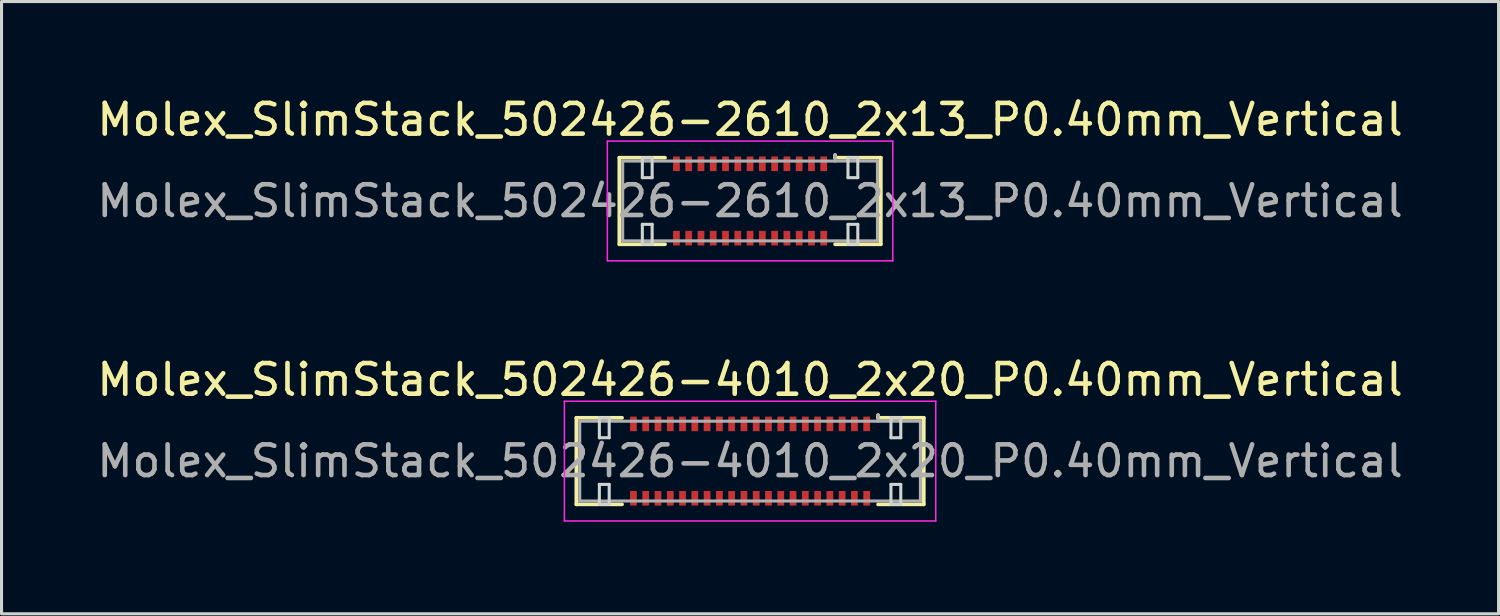
<source format=kicad_pcb>
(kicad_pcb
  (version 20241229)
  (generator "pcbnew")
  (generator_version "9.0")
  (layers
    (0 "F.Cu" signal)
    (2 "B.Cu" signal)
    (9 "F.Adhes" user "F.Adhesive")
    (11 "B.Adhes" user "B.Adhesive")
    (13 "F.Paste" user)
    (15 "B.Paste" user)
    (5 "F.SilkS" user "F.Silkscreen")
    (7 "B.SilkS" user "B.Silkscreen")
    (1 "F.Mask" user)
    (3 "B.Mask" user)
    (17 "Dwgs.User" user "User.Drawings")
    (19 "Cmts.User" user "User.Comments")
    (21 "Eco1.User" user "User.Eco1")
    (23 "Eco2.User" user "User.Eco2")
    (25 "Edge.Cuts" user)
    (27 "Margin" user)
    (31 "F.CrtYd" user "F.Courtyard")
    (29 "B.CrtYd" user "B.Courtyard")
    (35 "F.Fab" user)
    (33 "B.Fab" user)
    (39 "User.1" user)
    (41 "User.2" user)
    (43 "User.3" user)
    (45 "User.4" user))
  (footprint "Molex_SlimStack_502426-4010_2x20_P0.40mm_Vertical"
    (layer "F.Cu")
    (at 21.387 11.972)
    (property "Reference" "Molex_SlimStack_502426-4010_2x20_P0.40mm_Vertical" (at 0 -2.65 0) (layer "F.SilkS") (effects (font (size 1 1) (thickness 0.15))))
    (attr smd)
    (fp_line (start -5.66 -1.41) (end -4.17 -1.41) (stroke (width 0.12) (type solid)) (layer "F.SilkS"))
    (fp_line (start -5.66 1.41) (end -5.66 -1.41) (stroke (width 0.12) (type solid)) (layer "F.SilkS"))
    (fp_line (start -4.17 1.41) (end -5.66 1.41) (stroke (width 0.12) (type solid)) (layer "F.SilkS"))
    (fp_line (start 4.17 -1.41) (end 4.17 -1.5) (stroke (width 0.12) (type solid)) (layer "F.SilkS"))
    (fp_line (start 4.17 1.41) (end 5.66 1.41) (stroke (width 0.12) (type solid)) (layer "F.SilkS"))
    (fp_line (start 5.66 -1.41) (end 4.17 -1.41) (stroke (width 0.12) (type solid)) (layer "F.SilkS"))
    (fp_line (start 5.66 1.41) (end 5.66 -1.41) (stroke (width 0.12) (type solid)) (layer "F.SilkS"))
    (fp_line (start -4.91 -1.41) (end -4.91 -0.76) (stroke (width 0.1) (type solid)) (layer "Edge.Cuts"))
    (fp_line (start -4.91 -0.76) (end -4.59 -0.76) (stroke (width 0.1) (type solid)) (layer "Edge.Cuts"))
    (fp_line (start -4.91 0.76) (end -4.91 1.41) (stroke (width 0.1) (type solid)) (layer "Edge.Cuts"))
    (fp_line (start -4.91 1.41) (end -4.59 1.41) (stroke (width 0.1) (type solid)) (layer "Edge.Cuts"))
    (fp_line (start -4.59 -1.41) (end -4.91 -1.41) (stroke (width 0.1) (type solid)) (layer "Edge.Cuts"))
    (fp_line (start -4.59 -0.76) (end -4.59 -1.41) (stroke (width 0.1) (type solid)) (layer "Edge.Cuts"))
    (fp_line (start -4.59 0.76) (end -4.91 0.76) (stroke (width 0.1) (type solid)) (layer "Edge.Cuts"))
    (fp_line (start -4.59 1.41) (end -4.59 0.76) (stroke (width 0.1) (type solid)) (layer "Edge.Cuts"))
    (fp_line (start 4.59 -1.41) (end 4.59 -0.76) (stroke (width 0.1) (type solid)) (layer "Edge.Cuts"))
    (fp_line (start 4.59 -0.76) (end 4.91 -0.76) (stroke (width 0.1) (type solid)) (layer "Edge.Cuts"))
    (fp_line (start 4.59 0.76) (end 4.59 1.41) (stroke (width 0.1) (type solid)) (layer "Edge.Cuts"))
    (fp_line (start 4.59 1.41) (end 4.91 1.41) (stroke (width 0.1) (type solid)) (layer "Edge.Cuts"))
    (fp_line (start 4.91 -1.41) (end 4.59 -1.41) (stroke (width 0.1) (type solid)) (layer "Edge.Cuts"))
    (fp_line (start 4.91 -0.76) (end 4.91 -1.41) (stroke (width 0.1) (type solid)) (layer "Edge.Cuts"))
    (fp_line (start 4.91 0.76) (end 4.59 0.76) (stroke (width 0.1) (type solid)) (layer "Edge.Cuts"))
    (fp_line (start 4.91 1.41) (end 4.91 0.76) (stroke (width 0.1) (type solid)) (layer "Edge.Cuts"))
    (fp_line (start -6.05 -1.95) (end -6.05 1.95) (stroke (width 0.05) (type solid)) (layer "F.CrtYd"))
    (fp_line (start -6.05 1.95) (end 6.05 1.95) (stroke (width 0.05) (type solid)) (layer "F.CrtYd"))
    (fp_line (start 6.05 -1.95) (end -6.05 -1.95) (stroke (width 0.05) (type solid)) (layer "F.CrtYd"))
    (fp_line (start 6.05 1.95) (end 6.05 -1.95) (stroke (width 0.05) (type solid)) (layer "F.CrtYd"))
    (fp_line (start -5.55 -1.3) (end -5.55 1.3) (stroke (width 0.1) (type solid)) (layer "F.Fab"))
    (fp_line (start -5.55 1.3) (end 5.55 1.3) (stroke (width 0.1) (type solid)) (layer "F.Fab"))
    (fp_line (start 4.17 -1.3) (end 4.17 -1.5) (stroke (width 0.1) (type solid)) (layer "F.Fab"))
    (fp_line (start 5.55 -1.3) (end -5.55 -1.3) (stroke (width 0.1) (type solid)) (layer "F.Fab"))
    (fp_line (start 5.55 1.3) (end 5.55 -1.3) (stroke (width 0.1) (type solid)) (layer "F.Fab"))
    (fp_text user "${REFERENCE}" (at 0 0 0) (layer "F.Fab") (effects (font (size 1 1) (thickness 0.15))))
    (pad "1" smd rect (at 3.8 -1.212) (size 0.22 0.475) (layers "F.Cu" "F.Mask" "F.Paste"))
    (pad "2" smd rect (at 3.8 1.212) (size 0.22 0.475) (layers "F.Cu" "F.Mask" "F.Paste"))
    (pad "3" smd rect (at 3.4 -1.212) (size 0.22 0.475) (layers "F.Cu" "F.Mask" "F.Paste"))
    (pad "4" smd rect (at 3.4 1.212) (size 0.22 0.475) (layers "F.Cu" "F.Mask" "F.Paste"))
    (pad "5" smd rect (at 3 -1.212) (size 0.22 0.475) (layers "F.Cu" "F.Mask" "F.Paste"))
    (pad "6" smd rect (at 3 1.212) (size 0.22 0.475) (layers "F.Cu" "F.Mask" "F.Paste"))
    (pad "7" smd rect (at 2.6 -1.212) (size 0.22 0.475) (layers "F.Cu" "F.Mask" "F.Paste"))
    (pad "8" smd rect (at 2.6 1.212) (size 0.22 0.475) (layers "F.Cu" "F.Mask" "F.Paste"))
    (pad "9" smd rect (at 2.2 -1.212) (size 0.22 0.475) (layers "F.Cu" "F.Mask" "F.Paste"))
    (pad "10" smd rect (at 2.2 1.212) (size 0.22 0.475) (layers "F.Cu" "F.Mask" "F.Paste"))
    (pad "11" smd rect (at 1.8 -1.212) (size 0.22 0.475) (layers "F.Cu" "F.Mask" "F.Paste"))
    (pad "12" smd rect (at 1.8 1.212) (size 0.22 0.475) (layers "F.Cu" "F.Mask" "F.Paste"))
    (pad "13" smd rect (at 1.4 -1.212) (size 0.22 0.475) (layers "F.Cu" "F.Mask" "F.Paste"))
    (pad "14" smd rect (at 1.4 1.212) (size 0.22 0.475) (layers "F.Cu" "F.Mask" "F.Paste"))
    (pad "15" smd rect (at 1 -1.212) (size 0.22 0.475) (layers "F.Cu" "F.Mask" "F.Paste"))
    (pad "16" smd rect (at 1 1.212) (size 0.22 0.475) (layers "F.Cu" "F.Mask" "F.Paste"))
    (pad "17" smd rect (at 0.6 -1.212) (size 0.22 0.475) (layers "F.Cu" "F.Mask" "F.Paste"))
    (pad "18" smd rect (at 0.6 1.212) (size 0.22 0.475) (layers "F.Cu" "F.Mask" "F.Paste"))
    (pad "19" smd rect (at 0.2 -1.212) (size 0.22 0.475) (layers "F.Cu" "F.Mask" "F.Paste"))
    (pad "20" smd rect (at 0.2 1.212) (size 0.22 0.475) (layers "F.Cu" "F.Mask" "F.Paste"))
    (pad "21" smd rect (at -0.2 -1.212) (size 0.22 0.475) (layers "F.Cu" "F.Mask" "F.Paste"))
    (pad "22" smd rect (at -0.2 1.212) (size 0.22 0.475) (layers "F.Cu" "F.Mask" "F.Paste"))
    (pad "23" smd rect (at -0.6 -1.212) (size 0.22 0.475) (layers "F.Cu" "F.Mask" "F.Paste"))
    (pad "24" smd rect (at -0.6 1.212) (size 0.22 0.475) (layers "F.Cu" "F.Mask" "F.Paste"))
    (pad "25" smd rect (at -1 -1.212) (size 0.22 0.475) (layers "F.Cu" "F.Mask" "F.Paste"))
    (pad "26" smd rect (at -1 1.212) (size 0.22 0.475) (layers "F.Cu" "F.Mask" "F.Paste"))
    (pad "27" smd rect (at -1.4 -1.212) (size 0.22 0.475) (layers "F.Cu" "F.Mask" "F.Paste"))
    (pad "28" smd rect (at -1.4 1.212) (size 0.22 0.475) (layers "F.Cu" "F.Mask" "F.Paste"))
    (pad "29" smd rect (at -1.8 -1.212) (size 0.22 0.475) (layers "F.Cu" "F.Mask" "F.Paste"))
    (pad "30" smd rect (at -1.8 1.212) (size 0.22 0.475) (layers "F.Cu" "F.Mask" "F.Paste"))
    (pad "31" smd rect (at -2.2 -1.212) (size 0.22 0.475) (layers "F.Cu" "F.Mask" "F.Paste"))
    (pad "32" smd rect (at -2.2 1.212) (size 0.22 0.475) (layers "F.Cu" "F.Mask" "F.Paste"))
    (pad "33" smd rect (at -2.6 -1.212) (size 0.22 0.475) (layers "F.Cu" "F.Mask" "F.Paste"))
    (pad "34" smd rect (at -2.6 1.212) (size 0.22 0.475) (layers "F.Cu" "F.Mask" "F.Paste"))
    (pad "35" smd rect (at -3 -1.212) (size 0.22 0.475) (layers "F.Cu" "F.Mask" "F.Paste"))
    (pad "36" smd rect (at -3 1.212) (size 0.22 0.475) (layers "F.Cu" "F.Mask" "F.Paste"))
    (pad "37" smd rect (at -3.4 -1.212) (size 0.22 0.475) (layers "F.Cu" "F.Mask" "F.Paste"))
    (pad "38" smd rect (at -3.4 1.212) (size 0.22 0.475) (layers "F.Cu" "F.Mask" "F.Paste"))
    (pad "39" smd rect (at -3.8 -1.212) (size 0.22 0.475) (layers "F.Cu" "F.Mask" "F.Paste"))
    (pad "40" smd rect (at -3.8 1.212) (size 0.22 0.475) (layers "F.Cu" "F.Mask" "F.Paste")))
  (footprint "Molex_SlimStack_502426-2610_2x13_P0.40mm_Vertical"
    (layer "F.Cu")
    (at 21.387 3.498)
    (property "Reference" "Molex_SlimStack_502426-2610_2x13_P0.40mm_Vertical" (at 0 -2.65 0) (layer "F.SilkS") (effects (font (size 1 1) (thickness 0.15))))
    (attr smd)
    (fp_line (start -4.26 -1.41) (end -2.77 -1.41) (stroke (width 0.12) (type solid)) (layer "F.SilkS"))
    (fp_line (start -4.26 1.41) (end -4.26 -1.41) (stroke (width 0.12) (type solid)) (layer "F.SilkS"))
    (fp_line (start -2.77 1.41) (end -4.26 1.41) (stroke (width 0.12) (type solid)) (layer "F.SilkS"))
    (fp_line (start 2.77 -1.41) (end 2.77 -1.5) (stroke (width 0.12) (type solid)) (layer "F.SilkS"))
    (fp_line (start 2.77 1.41) (end 4.26 1.41) (stroke (width 0.12) (type solid)) (layer "F.SilkS"))
    (fp_line (start 4.26 -1.41) (end 2.77 -1.41) (stroke (width 0.12) (type solid)) (layer "F.SilkS"))
    (fp_line (start 4.26 1.41) (end 4.26 -1.41) (stroke (width 0.12) (type solid)) (layer "F.SilkS"))
    (fp_line (start -3.51 -1.41) (end -3.51 -0.76) (stroke (width 0.1) (type solid)) (layer "Edge.Cuts"))
    (fp_line (start -3.51 -0.76) (end -3.19 -0.76) (stroke (width 0.1) (type solid)) (layer "Edge.Cuts"))
    (fp_line (start -3.51 0.76) (end -3.51 1.41) (stroke (width 0.1) (type solid)) (layer "Edge.Cuts"))
    (fp_line (start -3.51 1.41) (end -3.19 1.41) (stroke (width 0.1) (type solid)) (layer "Edge.Cuts"))
    (fp_line (start -3.19 -1.41) (end -3.51 -1.41) (stroke (width 0.1) (type solid)) (layer "Edge.Cuts"))
    (fp_line (start -3.19 -0.76) (end -3.19 -1.41) (stroke (width 0.1) (type solid)) (layer "Edge.Cuts"))
    (fp_line (start -3.19 0.76) (end -3.51 0.76) (stroke (width 0.1) (type solid)) (layer "Edge.Cuts"))
    (fp_line (start -3.19 1.41) (end -3.19 0.76) (stroke (width 0.1) (type solid)) (layer "Edge.Cuts"))
    (fp_line (start 3.19 -1.41) (end 3.19 -0.76) (stroke (width 0.1) (type solid)) (layer "Edge.Cuts"))
    (fp_line (start 3.19 -0.76) (end 3.51 -0.76) (stroke (width 0.1) (type solid)) (layer "Edge.Cuts"))
    (fp_line (start 3.19 0.76) (end 3.19 1.41) (stroke (width 0.1) (type solid)) (layer "Edge.Cuts"))
    (fp_line (start 3.19 1.41) (end 3.51 1.41) (stroke (width 0.1) (type solid)) (layer "Edge.Cuts"))
    (fp_line (start 3.51 -1.41) (end 3.19 -1.41) (stroke (width 0.1) (type solid)) (layer "Edge.Cuts"))
    (fp_line (start 3.51 -0.76) (end 3.51 -1.41) (stroke (width 0.1) (type solid)) (layer "Edge.Cuts"))
    (fp_line (start 3.51 0.76) (end 3.19 0.76) (stroke (width 0.1) (type solid)) (layer "Edge.Cuts"))
    (fp_line (start 3.51 1.41) (end 3.51 0.76) (stroke (width 0.1) (type solid)) (layer "Edge.Cuts"))
    (fp_line (start -4.65 -1.95) (end -4.65 1.95) (stroke (width 0.05) (type solid)) (layer "F.CrtYd"))
    (fp_line (start -4.65 1.95) (end 4.65 1.95) (stroke (width 0.05) (type solid)) (layer "F.CrtYd"))
    (fp_line (start 4.65 -1.95) (end -4.65 -1.95) (stroke (width 0.05) (type solid)) (layer "F.CrtYd"))
    (fp_line (start 4.65 1.95) (end 4.65 -1.95) (stroke (width 0.05) (type solid)) (layer "F.CrtYd"))
    (fp_line (start -4.15 -1.3) (end -4.15 1.3) (stroke (width 0.1) (type solid)) (layer "F.Fab"))
    (fp_line (start -4.15 1.3) (end 4.15 1.3) (stroke (width 0.1) (type solid)) (layer "F.Fab"))
    (fp_line (start 2.77 -1.3) (end 2.77 -1.5) (stroke (width 0.1) (type solid)) (layer "F.Fab"))
    (fp_line (start 4.15 -1.3) (end -4.15 -1.3) (stroke (width 0.1) (type solid)) (layer "F.Fab"))
    (fp_line (start 4.15 1.3) (end 4.15 -1.3) (stroke (width 0.1) (type solid)) (layer "F.Fab"))
    (fp_text user "${REFERENCE}" (at 0 0 0) (layer "F.Fab") (effects (font (size 1 1) (thickness 0.15))))
    (pad "1" smd rect (at 2.4 -1.212) (size 0.22 0.475) (layers "F.Cu" "F.Mask" "F.Paste"))
    (pad "2" smd rect (at 2.4 1.212) (size 0.22 0.475) (layers "F.Cu" "F.Mask" "F.Paste"))
    (pad "3" smd rect (at 2 -1.212) (size 0.22 0.475) (layers "F.Cu" "F.Mask" "F.Paste"))
    (pad "4" smd rect (at 2 1.212) (size 0.22 0.475) (layers "F.Cu" "F.Mask" "F.Paste"))
    (pad "5" smd rect (at 1.6 -1.212) (size 0.22 0.475) (layers "F.Cu" "F.Mask" "F.Paste"))
    (pad "6" smd rect (at 1.6 1.212) (size 0.22 0.475) (layers "F.Cu" "F.Mask" "F.Paste"))
    (pad "7" smd rect (at 1.2 -1.212) (size 0.22 0.475) (layers "F.Cu" "F.Mask" "F.Paste"))
    (pad "8" smd rect (at 1.2 1.212) (size 0.22 0.475) (layers "F.Cu" "F.Mask" "F.Paste"))
    (pad "9" smd rect (at 0.8 -1.212) (size 0.22 0.475) (layers "F.Cu" "F.Mask" "F.Paste"))
    (pad "10" smd rect (at 0.8 1.212) (size 0.22 0.475) (layers "F.Cu" "F.Mask" "F.Paste"))
    (pad "11" smd rect (at 0.4 -1.212) (size 0.22 0.475) (layers "F.Cu" "F.Mask" "F.Paste"))
    (pad "12" smd rect (at 0.4 1.212) (size 0.22 0.475) (layers "F.Cu" "F.Mask" "F.Paste"))
    (pad "13" smd rect (at 0 -1.212) (size 0.22 0.475) (layers "F.Cu" "F.Mask" "F.Paste"))
    (pad "14" smd rect (at 0 1.212) (size 0.22 0.475) (layers "F.Cu" "F.Mask" "F.Paste"))
    (pad "15" smd rect (at -0.4 -1.212) (size 0.22 0.475) (layers "F.Cu" "F.Mask" "F.Paste"))
    (pad "16" smd rect (at -0.4 1.212) (size 0.22 0.475) (layers "F.Cu" "F.Mask" "F.Paste"))
    (pad "17" smd rect (at -0.8 -1.212) (size 0.22 0.475) (layers "F.Cu" "F.Mask" "F.Paste"))
    (pad "18" smd rect (at -0.8 1.212) (size 0.22 0.475) (layers "F.Cu" "F.Mask" "F.Paste"))
    (pad "19" smd rect (at -1.2 -1.212) (size 0.22 0.475) (layers "F.Cu" "F.Mask" "F.Paste"))
    (pad "20" smd rect (at -1.2 1.212) (size 0.22 0.475) (layers "F.Cu" "F.Mask" "F.Paste"))
    (pad "21" smd rect (at -1.6 -1.212) (size 0.22 0.475) (layers "F.Cu" "F.Mask" "F.Paste"))
    (pad "22" smd rect (at -1.6 1.212) (size 0.22 0.475) (layers "F.Cu" "F.Mask" "F.Paste"))
    (pad "23" smd rect (at -2 -1.212) (size 0.22 0.475) (layers "F.Cu" "F.Mask" "F.Paste"))
    (pad "24" smd rect (at -2 1.212) (size 0.22 0.475) (layers "F.Cu" "F.Mask" "F.Paste"))
    (pad "25" smd rect (at -2.4 -1.212) (size 0.22 0.475) (layers "F.Cu" "F.Mask" "F.Paste"))
    (pad "26" smd rect (at -2.4 1.212) (size 0.22 0.475) (layers "F.Cu" "F.Mask" "F.Paste")))
  (gr_rect
    (start -3 -3)
    (end 45.774 16.947)
    (stroke (width 0.1) (type default))
    (fill no)
    (layer "Edge.Cuts")))
</source>
